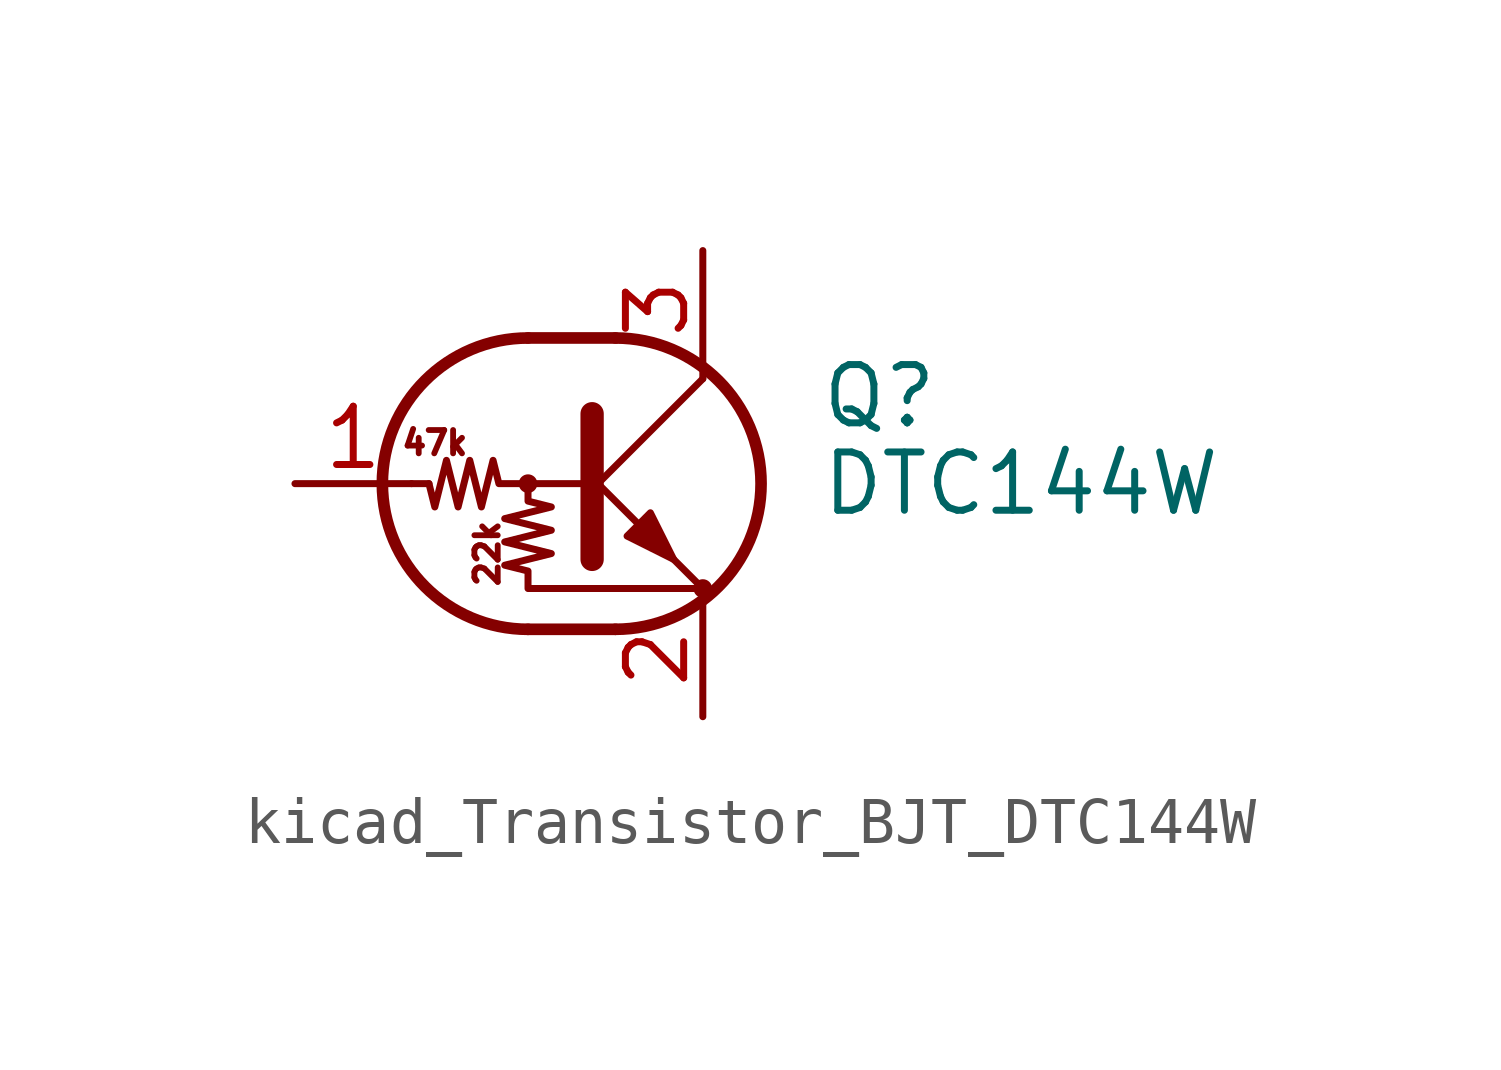
<source format=kicad_sym>
(kicad_symbol_lib
  (version 20220914)
  (generator kicad_symbol_editor)
  (symbol "kicad_Transistor_BJT_DTC144W"
    (pin_names
      (offset 0) hide)
    (property "Reference" "Q"
      (at 5.08 1.905 0)
      (effects (font (size 1.27 1.27)) (justify left)))
    (property "Value" "DTC144W"
      (at 5.08 0 0)
      (effects (font (size 1.27 1.27)) (justify left)))
    (symbol "kicad_Transistor_BJT_DTC144W_0_0"
      (text "22k" (at -2.159 -1.524 900) (effects (font (size 0.508 0.508))))
      (text "47k" (at -3.302 0.889 0) (effects (font (size 0.508 0.508)))))
    (symbol "kicad_Transistor_BJT_DTC144W_0_1"
      (circle (center -1.27 0) (radius 0.127) (stroke (width 0) (type default)) (fill (type none)))
      (arc (start -1.27 3.175) (mid -4.4312 0) (end -1.27 -3.175) (stroke (width 0.254) (type default)) (fill (type none)))
      (polyline (pts (xy -3.429 0) (xy -3.81 0)) (stroke (width 0) (type default)) (fill (type none)))
      (polyline (pts (xy -1.27 -3.175) (xy 0.635 -3.175)) (stroke (width 0.254) (type default)) (fill (type none)))
      (polyline (pts (xy -1.27 3.175) (xy 0.635 3.175)) (stroke (width 0.254) (type default)) (fill (type none)))
      (polyline (pts (xy 0 -0.254) (xy 2.54 2.286)) (stroke (width 0) (type default)) (fill (type none)))
      (polyline (pts (xy 0.127 1.524) (xy 0.127 -1.651)) (stroke (width 0.508) (type default)) (fill (type outline)))
      (polyline (pts (xy 2.54 2.286) (xy 2.54 2.54)) (stroke (width 0) (type default)) (fill (type none)))
      (polyline (pts (xy 2.54 -2.286) (xy 0 0.254) (xy 0 0.254)) (stroke (width 0) (type default)) (fill (type none)))
      (polyline (pts (xy 0.889 -1.143) (xy 1.397 -0.635) (xy 1.905 -1.651) (xy 0.889 -1.143)) (stroke (width 0) (type default)) (fill (type outline)))
      (polyline (pts (xy 0 0) (xy -1.905 0) (xy -2.032 0.508) (xy -2.286 -0.508) (xy -2.54 0.508) (xy -2.794 -0.508) (xy -3.048 0.508) (xy -3.302 -0.508) (xy -3.429 0)) (stroke (width 0) (type default)) (fill (type none)))
      (polyline (pts (xy -1.27 0) (xy -1.27 -0.381) (xy -0.762 -0.508) (xy -1.778 -0.762) (xy -0.762 -1.016) (xy -1.778 -1.27) (xy -0.762 -1.524) (xy -1.778 -1.778) (xy -1.27 -1.905) (xy -1.27 -2.286) (xy 2.54 -2.286)) (stroke (width 0) (type default)) (fill (type none)))
      (arc (start 0.635 -3.175) (mid 3.7962 0) (end 0.635 3.175) (stroke (width 0.254) (type default)) (fill (type none)))
      (circle (center 2.54 -2.286) (radius 0.127) (stroke (width 0) (type default)) (fill (type none))))
    (symbol "kicad_Transistor_BJT_DTC144W_1_1"
      (pin input line (at -6.35 0 0) (length 2.54) (name "B" (effects (font (size 1.27 1.27)))) (number "1" (effects (font (size 1.27 1.27)))))
      (pin passive line (at 2.54 -5.08 90) (length 2.54) (name "E" (effects (font (size 1.27 1.27)))) (number "2" (effects (font (size 1.27 1.27)))))
      (pin passive line (at 2.54 5.08 270) (length 2.54) (name "C" (effects (font (size 1.27 1.27)))) (number "3" (effects (font (size 1.27 1.27))))))))
</source>
